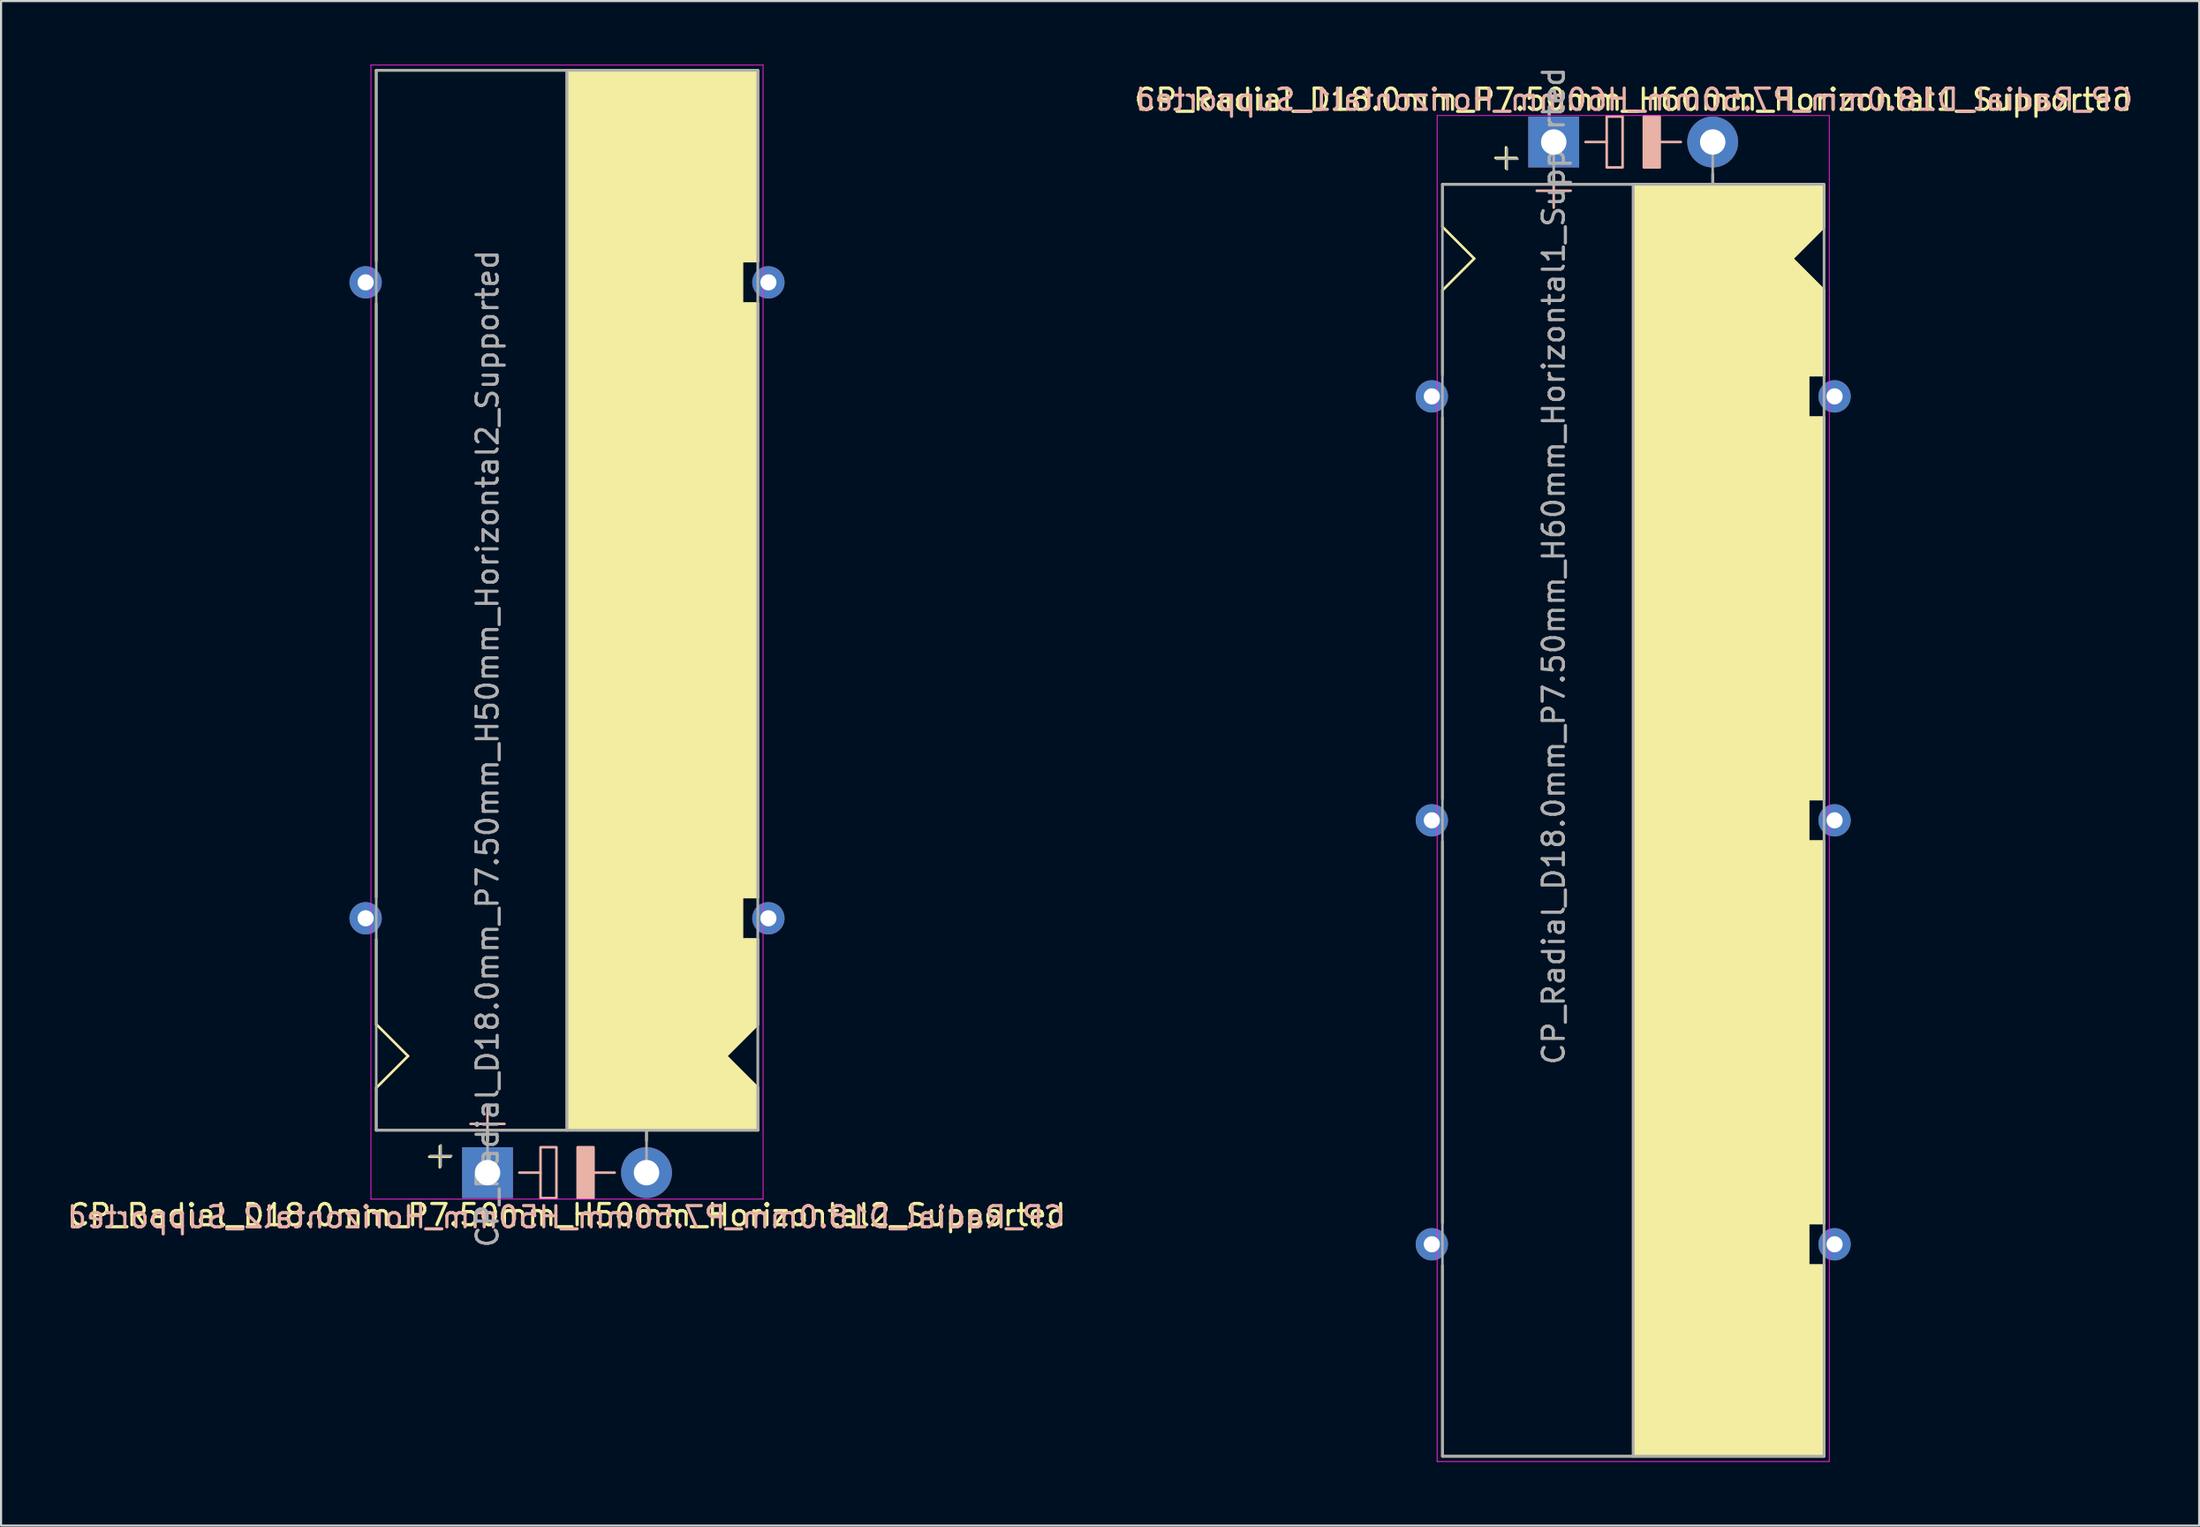
<source format=kicad_pcb>
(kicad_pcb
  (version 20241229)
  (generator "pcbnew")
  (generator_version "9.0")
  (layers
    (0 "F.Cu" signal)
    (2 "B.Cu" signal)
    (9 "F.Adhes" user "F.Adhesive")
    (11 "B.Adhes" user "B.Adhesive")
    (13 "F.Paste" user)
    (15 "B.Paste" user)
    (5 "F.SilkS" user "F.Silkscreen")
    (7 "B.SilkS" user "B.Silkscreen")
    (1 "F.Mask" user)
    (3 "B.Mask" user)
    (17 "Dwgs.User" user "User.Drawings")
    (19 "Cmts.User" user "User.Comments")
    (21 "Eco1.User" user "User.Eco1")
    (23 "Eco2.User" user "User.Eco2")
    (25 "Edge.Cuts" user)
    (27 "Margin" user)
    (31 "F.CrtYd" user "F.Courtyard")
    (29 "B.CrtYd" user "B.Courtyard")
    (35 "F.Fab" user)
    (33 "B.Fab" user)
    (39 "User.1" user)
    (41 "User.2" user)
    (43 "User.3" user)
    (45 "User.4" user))
  (footprint "CP_Radial_D18.0mm_P7.50mm_H50mm_Horizontal2_Supported"
    (layer "F.Cu")
    (at 19.949 52.27)
    (property "Reference" "CP_Radial_D18.0mm_P7.50mm_H50mm_Horizontal2_Supported" (at 3.75 2 0) (layer "F.SilkS") (effects (font (size 1 1) (thickness 0.15))))
    (fp_line (start -5.25 -52) (end 12.75 -52) (stroke (width 0.12) (type solid)) (layer "F.SilkS"))
    (fp_line (start -5.25 -43) (end -5.25 -52) (stroke (width 0.12) (type solid)) (layer "F.SilkS"))
    (fp_line (start -5.25 -13) (end -5.25 -41) (stroke (width 0.12) (type solid)) (layer "F.SilkS"))
    (fp_line (start -5.25 -11) (end -5.25 -7) (stroke (width 0.12) (type solid)) (layer "F.SilkS"))
    (fp_line (start -5.25 -7) (end -3.75 -5.5) (stroke (width 0.12) (type solid)) (layer "F.SilkS"))
    (fp_line (start -5.25 -4) (end -3.75 -5.5) (stroke (width 0.12) (type solid)) (layer "F.SilkS"))
    (fp_line (start -5.25 -2) (end -5.25 -4) (stroke (width 0.12) (type solid)) (layer "F.SilkS"))
    (fp_line (start -5.25 -2) (end 12.75 -2) (stroke (width 0.12) (type solid)) (layer "F.SilkS"))
    (fp_line (start -2.25 -1.25) (end -2.25 -0.25) (stroke (width 0.12) (type solid)) (layer "F.SilkS"))
    (fp_line (start -1.75 -0.75) (end -2.75 -0.75) (stroke (width 0.12) (type solid)) (layer "F.SilkS"))
    (fp_line (start 0 -1.5) (end 0 -2) (stroke (width 0.12) (type solid)) (layer "F.SilkS"))
    (fp_line (start 3.75 -2) (end 3.75 -52) (stroke (width 0.12) (type solid)) (layer "F.SilkS"))
    (fp_line (start 7.5 -1.5) (end 7.5 -2) (stroke (width 0.12) (type solid)) (layer "F.SilkS"))
    (fp_line (start 12 -43) (end 12.75 -43) (stroke (width 0.12) (type solid)) (layer "F.SilkS"))
    (fp_line (start 12 -41) (end 12 -43) (stroke (width 0.12) (type solid)) (layer "F.SilkS"))
    (fp_line (start 12 -13) (end 12.75 -13) (stroke (width 0.12) (type solid)) (layer "F.SilkS"))
    (fp_line (start 12 -11) (end 12 -13) (stroke (width 0.12) (type solid)) (layer "F.SilkS"))
    (fp_line (start 12.25 -11) (end 12 -11) (stroke (width 0.12) (type solid)) (layer "F.SilkS"))
    (fp_line (start 12.75 -43) (end 12.75 -52) (stroke (width 0.12) (type solid)) (layer "F.SilkS"))
    (fp_line (start 12.75 -41) (end 12 -41) (stroke (width 0.12) (type solid)) (layer "F.SilkS"))
    (fp_line (start 12.75 -13) (end 12.75 -41) (stroke (width 0.12) (type solid)) (layer "F.SilkS"))
    (fp_line (start 12.75 -11) (end 12.25 -11) (stroke (width 0.12) (type solid)) (layer "F.SilkS"))
    (fp_line (start 12.75 -11) (end 12.75 -7) (stroke (width 0.12) (type solid)) (layer "F.SilkS"))
    (fp_line (start 12.75 -7) (end 11.25 -5.5) (stroke (width 0.12) (type solid)) (layer "F.SilkS"))
    (fp_line (start 12.75 -4) (end 11.25 -5.5) (stroke (width 0.12) (type solid)) (layer "F.SilkS"))
    (fp_line (start 12.75 -2) (end 12.75 -4) (stroke (width 0.12) (type solid)) (layer "F.SilkS"))
    (fp_poly (pts (xy 12.75 -4) (xy 11.25 -5.5) (xy 12.75 -7) (xy 12.75 -11) (xy 12 -11) (xy 12 -13) (xy 12.75 -13) (xy 12.75 -41) (xy 12 -41) (xy 12 -43) (xy 12.75 -43) (xy 12.75 -52) (xy 3.75 -52) (xy 3.75 -2) (xy 12.75 -2)) (stroke (width 0.1) (type solid)) (fill yes) (layer "F.SilkS"))
    (fp_line (start 0 -3.1) (end 0 -1.5) (stroke (width 0.12) (type solid)) (layer "B.SilkS"))
    (fp_line (start 0.8 -2.3) (end -0.8 -2.3) (stroke (width 0.12) (type solid)) (layer "B.SilkS"))
    (fp_line (start 2.5 0) (end 1.5 0) (stroke (width 0.12) (type solid)) (layer "B.SilkS"))
    (fp_line (start 6 0) (end 5 0) (stroke (width 0.12) (type solid)) (layer "B.SilkS"))
    (fp_rect (start 2.5 -1.2) (end 3.25 1.2) (stroke (width 0.12) (type solid)) (fill no) (layer "B.SilkS"))
    (fp_rect (start 4.25 -1.2) (end 5 1.2) (stroke (width 0.12) (type solid)) (fill yes) (layer "B.SilkS"))
    (fp_line (start -5.5 -52.25) (end 13 -52.25) (stroke (width 0.04) (type solid)) (layer "F.CrtYd"))
    (fp_line (start -5.5 1.25) (end -5.5 -52.25) (stroke (width 0.04) (type solid)) (layer "F.CrtYd"))
    (fp_line (start 13 -52.25) (end 13 1.25) (stroke (width 0.04) (type solid)) (layer "F.CrtYd"))
    (fp_line (start 13 1.25) (end -5.5 1.25) (stroke (width 0.04) (type solid)) (layer "F.CrtYd"))
    (fp_line (start -5.25 -52) (end 12.75 -52) (stroke (width 0.12) (type solid)) (layer "F.Fab"))
    (fp_line (start -5.25 -2) (end -5.25 -52) (stroke (width 0.12) (type solid)) (layer "F.Fab"))
    (fp_line (start -2.7 -0.8) (end -1.7 -0.8) (stroke (width 0.1) (type solid)) (layer "F.Fab"))
    (fp_line (start -2.2 -0.3) (end -2.2 -1.3) (stroke (width 0.1) (type solid)) (layer "F.Fab"))
    (fp_line (start 0 0) (end 0 -2) (stroke (width 0.12) (type solid)) (layer "F.Fab"))
    (fp_line (start 3.75 -2) (end 3.75 -52) (stroke (width 0.12) (type solid)) (layer "F.Fab"))
    (fp_line (start 7.5 0) (end 7.5 -2) (stroke (width 0.12) (type solid)) (layer "F.Fab"))
    (fp_line (start 12.75 -52) (end 12.75 -2) (stroke (width 0.12) (type solid)) (layer "F.Fab"))
    (fp_line (start 12.75 -2) (end -5.25 -2) (stroke (width 0.12) (type solid)) (layer "F.Fab"))
    (fp_poly (pts (xy 12.75 -52) (xy 3.75 -52) (xy 3.75 -2) (xy 12.75 -2)) (stroke (width 0.1) (type solid)) (fill no) (layer "F.Fab"))
    (fp_text user "${REFERENCE}" (at 3.7 2.1 0) (layer "B.SilkS") (effects (font (size 1 1) (thickness 0.15)) (justify mirror)))
    (fp_text user "${REFERENCE}" (at 0 -20 90) (layer "F.Fab") (effects (font (size 1 1) (thickness 0.15))))
    (pad "1" thru_hole rect (at 0 0) (size 2.4 2.4) (drill 1.2) (layers "*.Cu" "*.Mask"))
    (pad "2" thru_hole circle (at 7.5 0) (size 2.4 2.4) (drill 1.2) (layers "*.Cu" "*.Mask"))
    (pad "~" thru_hole circle (at -5.75 -42 180) (size 1.524 1.524) (drill 0.762) (layers "*.Cu" "*.Mask"))
    (pad "~" thru_hole circle (at -5.75 -12 180) (size 1.524 1.524) (drill 0.762) (layers "*.Cu" "*.Mask"))
    (pad "~" thru_hole circle (at 13.25 -42 180) (size 1.524 1.524) (drill 0.762) (layers "*.Cu" "*.Mask"))
    (pad "~" thru_hole circle (at 13.25 -12 180) (size 1.524 1.524) (drill 0.762) (layers "*.Cu" "*.Mask")))
  (footprint "CP_Radial_D18.0mm_P7.50mm_H60mm_Horizontal1_Supported"
    (layer "F.Cu")
    (at 70.246 3.649)
    (property "Reference" "CP_Radial_D18.0mm_P7.50mm_H60mm_Horizontal1_Supported" (at 3.75 -2 0) (layer "F.SilkS") (effects (font (size 1 1) (thickness 0.15))))
    (fp_line (start -5.25 2) (end -5.25 4) (stroke (width 0.12) (type solid)) (layer "F.SilkS"))
    (fp_line (start -5.25 2) (end 12.75 2) (stroke (width 0.12) (type solid)) (layer "F.SilkS"))
    (fp_line (start -5.25 4) (end -3.75 5.5) (stroke (width 0.12) (type solid)) (layer "F.SilkS"))
    (fp_line (start -5.25 7) (end -3.75 5.5) (stroke (width 0.12) (type solid)) (layer "F.SilkS"))
    (fp_line (start -5.25 11) (end -5.25 7) (stroke (width 0.12) (type solid)) (layer "F.SilkS"))
    (fp_line (start -5.25 13) (end -5.25 31) (stroke (width 0.12) (type solid)) (layer "F.SilkS"))
    (fp_line (start -5.25 33) (end -5.25 51) (stroke (width 0.12) (type solid)) (layer "F.SilkS"))
    (fp_line (start -5.25 53) (end -5.25 62) (stroke (width 0.12) (type solid)) (layer "F.SilkS"))
    (fp_line (start -5.25 62) (end 12.75 62) (stroke (width 0.12) (type solid)) (layer "F.SilkS"))
    (fp_line (start -2.25 0.25) (end -2.25 1.25) (stroke (width 0.12) (type solid)) (layer "F.SilkS"))
    (fp_line (start -1.75 0.75) (end -2.75 0.75) (stroke (width 0.12) (type solid)) (layer "F.SilkS"))
    (fp_line (start 0 1.5) (end 0 2) (stroke (width 0.12) (type solid)) (layer "F.SilkS"))
    (fp_line (start 3.75 2) (end 3.75 62) (stroke (width 0.12) (type solid)) (layer "F.SilkS"))
    (fp_line (start 7.5 1.5) (end 7.5 2) (stroke (width 0.12) (type solid)) (layer "F.SilkS"))
    (fp_line (start 12 11) (end 12 13) (stroke (width 0.12) (type solid)) (layer "F.SilkS"))
    (fp_line (start 12 13) (end 12.75 13) (stroke (width 0.12) (type solid)) (layer "F.SilkS"))
    (fp_line (start 12 31) (end 12 33) (stroke (width 0.12) (type solid)) (layer "F.SilkS"))
    (fp_line (start 12 33) (end 12.75 33) (stroke (width 0.12) (type solid)) (layer "F.SilkS"))
    (fp_line (start 12 51) (end 12 53) (stroke (width 0.12) (type solid)) (layer "F.SilkS"))
    (fp_line (start 12 53) (end 12.75 53) (stroke (width 0.12) (type solid)) (layer "F.SilkS"))
    (fp_line (start 12.25 11) (end 12 11) (stroke (width 0.12) (type solid)) (layer "F.SilkS"))
    (fp_line (start 12.75 2) (end 12.75 4) (stroke (width 0.12) (type solid)) (layer "F.SilkS"))
    (fp_line (start 12.75 4) (end 11.25 5.5) (stroke (width 0.12) (type solid)) (layer "F.SilkS"))
    (fp_line (start 12.75 7) (end 11.25 5.5) (stroke (width 0.12) (type solid)) (layer "F.SilkS"))
    (fp_line (start 12.75 11) (end 12.25 11) (stroke (width 0.12) (type solid)) (layer "F.SilkS"))
    (fp_line (start 12.75 11) (end 12.75 7) (stroke (width 0.12) (type solid)) (layer "F.SilkS"))
    (fp_line (start 12.75 13) (end 12.75 31) (stroke (width 0.12) (type solid)) (layer "F.SilkS"))
    (fp_line (start 12.75 31) (end 12 31) (stroke (width 0.12) (type solid)) (layer "F.SilkS"))
    (fp_line (start 12.75 33) (end 12.75 51) (stroke (width 0.12) (type solid)) (layer "F.SilkS"))
    (fp_line (start 12.75 51) (end 12 51) (stroke (width 0.12) (type solid)) (layer "F.SilkS"))
    (fp_line (start 12.75 53) (end 12.75 62) (stroke (width 0.12) (type solid)) (layer "F.SilkS"))
    (fp_poly (pts (xy 12.75 4) (xy 11.25 5.5) (xy 12.75 7) (xy 12.75 11) (xy 12 11) (xy 12 13) (xy 12.75 13) (xy 12.75 31) (xy 12 31) (xy 12 33) (xy 12.75 33) (xy 12.75 51) (xy 12 51) (xy 12 53) (xy 12.75 53) (xy 12.75 62) (xy 3.75 62) (xy 3.75 2) (xy 12.75 2)) (stroke (width 0.1) (type solid)) (fill yes) (layer "F.SilkS"))
    (fp_line (start 0 1.5) (end 0 3.1) (stroke (width 0.12) (type solid)) (layer "B.SilkS"))
    (fp_line (start 0.8 2.3) (end -0.8 2.3) (stroke (width 0.12) (type solid)) (layer "B.SilkS"))
    (fp_line (start 2.5 0) (end 1.5 0) (stroke (width 0.12) (type solid)) (layer "B.SilkS"))
    (fp_line (start 6 0) (end 5 0) (stroke (width 0.12) (type solid)) (layer "B.SilkS"))
    (fp_rect (start 2.5 -1.2) (end 3.25 1.2) (stroke (width 0.12) (type solid)) (fill no) (layer "B.SilkS"))
    (fp_rect (start 4.25 -1.2) (end 5 1.2) (stroke (width 0.12) (type solid)) (fill yes) (layer "B.SilkS"))
    (fp_line (start -5.5 -1.25) (end -5.5 62.25) (stroke (width 0.04) (type solid)) (layer "F.CrtYd"))
    (fp_line (start -5.5 62.25) (end 13 62.25) (stroke (width 0.04) (type solid)) (layer "F.CrtYd"))
    (fp_line (start 13 -1.25) (end -5.5 -1.25) (stroke (width 0.04) (type solid)) (layer "F.CrtYd"))
    (fp_line (start 13 62.25) (end 13 -1.25) (stroke (width 0.04) (type solid)) (layer "F.CrtYd"))
    (fp_line (start -5.25 2) (end -5.25 62) (stroke (width 0.12) (type solid)) (layer "F.Fab"))
    (fp_line (start -5.25 62) (end 12.75 62) (stroke (width 0.12) (type solid)) (layer "F.Fab"))
    (fp_line (start -2.7 0.8) (end -1.7 0.8) (stroke (width 0.1) (type solid)) (layer "F.Fab"))
    (fp_line (start -2.2 1.3) (end -2.2 0.3) (stroke (width 0.1) (type solid)) (layer "F.Fab"))
    (fp_line (start 0 0) (end 0 2) (stroke (width 0.12) (type solid)) (layer "F.Fab"))
    (fp_line (start 3.75 2) (end 3.75 62) (stroke (width 0.12) (type solid)) (layer "F.Fab"))
    (fp_line (start 7.5 0) (end 7.5 2) (stroke (width 0.12) (type solid)) (layer "F.Fab"))
    (fp_line (start 12.75 2) (end -5.25 2) (stroke (width 0.12) (type solid)) (layer "F.Fab"))
    (fp_line (start 12.75 62) (end 12.75 2) (stroke (width 0.12) (type solid)) (layer "F.Fab"))
    (fp_poly (pts (xy 12.75 62) (xy 3.75 62) (xy 3.75 2) (xy 12.75 2)) (stroke (width 0.1) (type solid)) (fill no) (layer "F.Fab"))
    (fp_text user "${REFERENCE}" (at 3.8 -2 0) (layer "B.SilkS") (effects (font (size 1 1) (thickness 0.15)) (justify mirror)))
    (fp_text user "${REFERENCE}" (at 0 20 90) (layer "F.Fab") (effects (font (size 1 1) (thickness 0.15))))
    (pad "1" thru_hole rect (at 0 0) (size 2.4 2.4) (drill 1.2) (layers "*.Cu" "*.Mask"))
    (pad "2" thru_hole circle (at 7.5 0) (size 2.4 2.4) (drill 1.2) (layers "*.Cu" "*.Mask"))
    (pad "~" thru_hole circle (at -5.75 12) (size 1.524 1.524) (drill 0.762) (layers "*.Cu" "*.Mask"))
    (pad "~" thru_hole circle (at -5.75 32) (size 1.524 1.524) (drill 0.762) (layers "*.Cu" "*.Mask"))
    (pad "~" thru_hole circle (at -5.75 52) (size 1.524 1.524) (drill 0.762) (layers "*.Cu" "*.Mask"))
    (pad "~" thru_hole circle (at 13.25 12) (size 1.524 1.524) (drill 0.762) (layers "*.Cu" "*.Mask"))
    (pad "~" thru_hole circle (at 13.25 32) (size 1.524 1.524) (drill 0.762) (layers "*.Cu" "*.Mask"))
    (pad "~" thru_hole circle (at 13.25 52) (size 1.524 1.524) (drill 0.762) (layers "*.Cu" "*.Mask")))
  (gr_rect
    (start -3 -3)
    (end 100.695 68.919)
    (stroke (width 0.1) (type default))
    (fill no)
    (layer "Edge.Cuts")))
</source>
